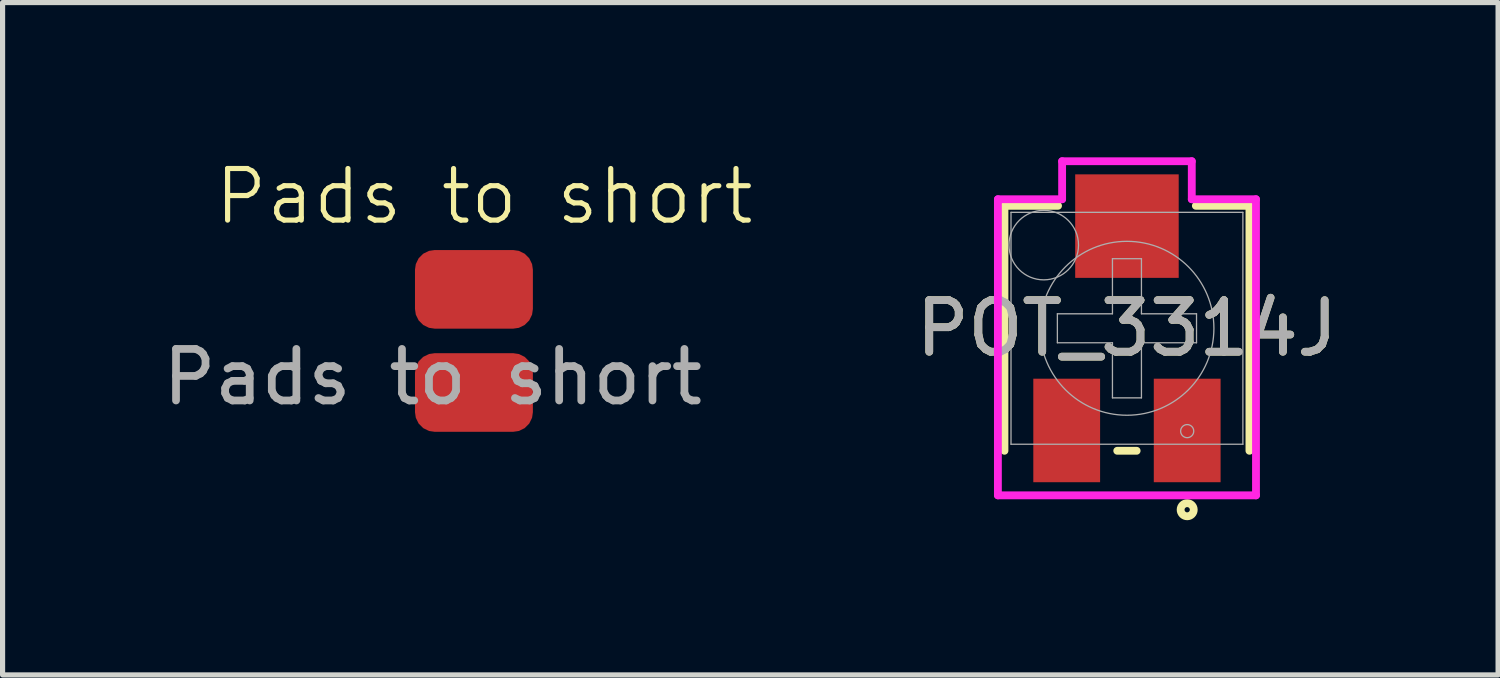
<source format=kicad_pcb>
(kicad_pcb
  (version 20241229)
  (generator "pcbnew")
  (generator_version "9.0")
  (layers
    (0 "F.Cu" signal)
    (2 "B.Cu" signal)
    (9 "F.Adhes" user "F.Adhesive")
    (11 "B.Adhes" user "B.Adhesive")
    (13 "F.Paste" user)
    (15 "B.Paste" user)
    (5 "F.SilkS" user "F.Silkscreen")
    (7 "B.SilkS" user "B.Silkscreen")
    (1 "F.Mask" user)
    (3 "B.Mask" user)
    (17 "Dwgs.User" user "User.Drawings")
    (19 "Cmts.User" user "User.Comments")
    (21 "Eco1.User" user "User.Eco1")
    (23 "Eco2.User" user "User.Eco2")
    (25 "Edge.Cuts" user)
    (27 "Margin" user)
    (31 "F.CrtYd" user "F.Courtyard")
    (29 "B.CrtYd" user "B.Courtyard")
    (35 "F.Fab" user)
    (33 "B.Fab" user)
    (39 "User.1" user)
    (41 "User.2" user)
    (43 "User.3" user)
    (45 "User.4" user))
  (footprint "POT_3314J"
    (layer "F.Cu")
    (at 18.8 3.315)
    (property "Reference" "POT_3314J" (at 0 0 0) (unlocked yes) (layer "F.SilkS") (effects (font (size 1 1) (thickness 0.15))))
    (attr smd)
    (fp_line (start -2.375 -2.375) (end -2.375 2.375) (stroke (width 0.152) (type solid)) (layer "F.SilkS"))
    (fp_line (start -1.336 -2.375) (end -2.375 -2.375) (stroke (width 0.152) (type solid)) (layer "F.SilkS"))
    (fp_line (start -0.188 2.375) (end 0.188 2.375) (stroke (width 0.152) (type solid)) (layer "F.SilkS"))
    (fp_line (start 2.375 -2.375) (end 1.336 -2.375) (stroke (width 0.152) (type solid)) (layer "F.SilkS"))
    (fp_line (start 2.375 -2.375) (end 2.375 2.375) (stroke (width 0.152) (type solid)) (layer "F.SilkS"))
    (fp_circle (center 1.168 3.518) (end 1.295 3.518) (stroke (width 0.152) (type solid)) (fill no) (layer "F.SilkS"))
    (fp_line (start -2.502 -2.502) (end -1.257 -2.502) (stroke (width 0.152) (type solid)) (layer "F.CrtYd"))
    (fp_line (start -2.502 3.239) (end -2.502 -2.502) (stroke (width 0.152) (type solid)) (layer "F.CrtYd"))
    (fp_line (start -1.257 -3.239) (end 1.257 -3.239) (stroke (width 0.152) (type solid)) (layer "F.CrtYd"))
    (fp_line (start -1.257 -2.502) (end -1.257 -3.239) (stroke (width 0.152) (type solid)) (layer "F.CrtYd"))
    (fp_line (start 1.257 -3.239) (end 1.257 -2.502) (stroke (width 0.152) (type solid)) (layer "F.CrtYd"))
    (fp_line (start 1.257 -2.502) (end 2.502 -2.502) (stroke (width 0.152) (type solid)) (layer "F.CrtYd"))
    (fp_line (start 2.502 -2.502) (end 2.502 3.239) (stroke (width 0.152) (type solid)) (layer "F.CrtYd"))
    (fp_line (start 2.502 3.239) (end -2.502 3.239) (stroke (width 0.152) (type solid)) (layer "F.CrtYd"))
    (fp_line (start -2.248 -2.248) (end -2.248 2.248) (stroke (width 0.025) (type solid)) (layer "F.Fab"))
    (fp_line (start -2.248 2.248) (end 2.248 2.248) (stroke (width 0.025) (type solid)) (layer "F.Fab"))
    (fp_line (start -1.349 -0.281) (end -1.349 0.281) (stroke (width 0.025) (type solid)) (layer "F.Fab"))
    (fp_line (start -0.281 -1.349) (end -0.281 -0.281) (stroke (width 0.025) (type solid)) (layer "F.Fab"))
    (fp_line (start -0.281 -1.349) (end 0.281 -1.349) (stroke (width 0.025) (type solid)) (layer "F.Fab"))
    (fp_line (start -0.281 -0.281) (end -1.349 -0.281) (stroke (width 0.025) (type solid)) (layer "F.Fab"))
    (fp_line (start -0.281 0.281) (end -1.349 0.281) (stroke (width 0.025) (type solid)) (layer "F.Fab"))
    (fp_line (start -0.281 1.349) (end -0.281 0.281) (stroke (width 0.025) (type solid)) (layer "F.Fab"))
    (fp_line (start -0.281 1.349) (end 0.281 1.349) (stroke (width 0.025) (type solid)) (layer "F.Fab"))
    (fp_line (start 0.281 -1.349) (end 0.281 -0.281) (stroke (width 0.025) (type solid)) (layer "F.Fab"))
    (fp_line (start 0.281 -0.281) (end 1.349 -0.281) (stroke (width 0.025) (type solid)) (layer "F.Fab"))
    (fp_line (start 0.281 0.281) (end 1.349 0.281) (stroke (width 0.025) (type solid)) (layer "F.Fab"))
    (fp_line (start 0.281 1.349) (end 0.281 0.281) (stroke (width 0.025) (type solid)) (layer "F.Fab"))
    (fp_line (start 1.349 -0.281) (end 1.349 0.281) (stroke (width 0.025) (type solid)) (layer "F.Fab"))
    (fp_line (start 2.248 -2.248) (end -2.248 -2.248) (stroke (width 0.025) (type solid)) (layer "F.Fab"))
    (fp_line (start 2.248 -2.248) (end 2.248 2.248) (stroke (width 0.025) (type solid)) (layer "F.Fab"))
    (fp_circle (center -1.613 -1.613) (end -0.939 -1.613) (stroke (width 0.025) (type solid)) (fill no) (layer "F.Fab"))
    (fp_circle (center 0 0) (end 1.686 0) (stroke (width 0.025) (type solid)) (fill no) (layer "F.Fab"))
    (fp_circle (center 1.168 1.994) (end 1.295 1.994) (stroke (width 0.025) (type solid)) (fill no) (layer "F.Fab"))
    (fp_text user "${REFERENCE}" (at 0 0 0) (unlocked yes) (layer "F.Fab") (effects (font (size 1 1) (thickness 0.15))))
    (pad "1" smd rect (at 1.168 1.981) (size 1.295 2.007) (layers "F.Cu" "F.Mask" "F.Paste"))
    (pad "2" smd rect (at 0 -1.981) (size 2.007 2.007) (layers "F.Cu" "F.Mask" "F.Paste"))
    (pad "3" smd rect (at -1.168 1.981) (size 1.295 2.007) (layers "F.Cu" "F.Mask" "F.Paste")))
  (footprint "Pads to short"
    (layer "F.Cu")
    (at 5.339 1.76)
    (property "Reference" "Pads to short" (at 1 -1 0) (unlocked yes) (layer "F.SilkS") (effects (font (size 1 1) (thickness 0.1))))
    (attr smd)
    (fp_text user "${REFERENCE}" (at 0 2.5 0) (unlocked yes) (layer "F.Fab") (effects (font (size 1 1) (thickness 0.15))))
    (pad "1" smd roundrect (at 0.8 0.8) (size 2.286 1.524) (layers "F.Cu" "F.Mask" "F.Paste") (roundrect_rratio 0.25))
    (pad "2" smd roundrect (at 0.8 2.8) (size 2.286 1.524) (layers "F.Cu" "F.Mask" "F.Paste") (roundrect_rratio 0.25)))
  (gr_rect
    (start -3 -3)
    (end 25.996 10.036)
    (stroke (width 0.1) (type default))
    (fill no)
    (layer "Edge.Cuts")))
</source>
